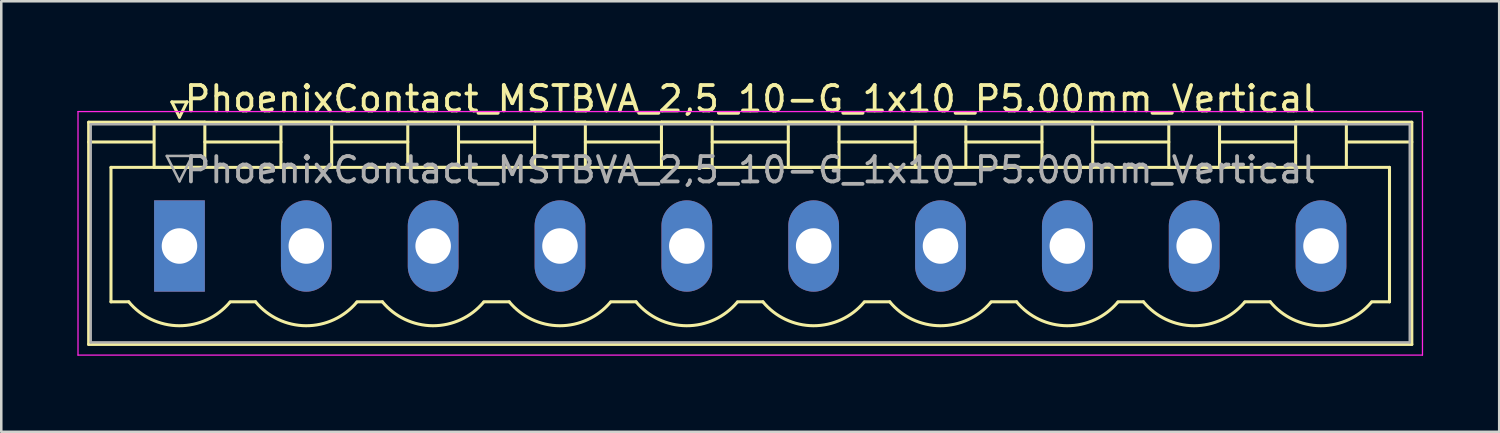
<source format=kicad_pcb>
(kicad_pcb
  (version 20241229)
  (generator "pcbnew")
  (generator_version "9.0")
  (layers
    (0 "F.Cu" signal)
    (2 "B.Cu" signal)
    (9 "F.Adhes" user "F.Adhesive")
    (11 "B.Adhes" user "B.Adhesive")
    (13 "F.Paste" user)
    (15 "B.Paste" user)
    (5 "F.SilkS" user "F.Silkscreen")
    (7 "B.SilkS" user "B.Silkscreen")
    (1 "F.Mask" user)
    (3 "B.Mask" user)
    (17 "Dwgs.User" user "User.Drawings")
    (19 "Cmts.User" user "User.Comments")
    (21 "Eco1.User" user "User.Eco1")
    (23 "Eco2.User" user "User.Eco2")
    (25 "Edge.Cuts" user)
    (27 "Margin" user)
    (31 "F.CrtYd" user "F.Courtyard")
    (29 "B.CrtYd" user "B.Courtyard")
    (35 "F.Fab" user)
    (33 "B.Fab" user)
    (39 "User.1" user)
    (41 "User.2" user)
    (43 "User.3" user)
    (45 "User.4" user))
  (footprint "PhoenixContact_MSTBVA_2,5_10-G_1x10_P5.00mm_Vertical"
    (layer "F.Cu")
    (at 4.025 6.648)
    (property "Reference" "PhoenixContact_MSTBVA_2,5_10-G_1x10_P5.00mm_Vertical" (at 22.5 -5.8 0) (layer "F.SilkS") (effects (font (size 1 1) (thickness 0.15))))
    (attr through_hole)
    (fp_line (start -3.58 -4.88) (end -3.58 3.88) (stroke (width 0.12) (type solid)) (layer "F.SilkS"))
    (fp_line (start -3.58 -4.1) (end -1.08 -4.1) (stroke (width 0.12) (type solid)) (layer "F.SilkS"))
    (fp_line (start -3.58 3.88) (end 48.58 3.88) (stroke (width 0.12) (type solid)) (layer "F.SilkS"))
    (fp_line (start -2.7 -3.1) (end 47.7 -3.1) (stroke (width 0.12) (type solid)) (layer "F.SilkS"))
    (fp_line (start -2.7 2.2) (end -2.7 -3.1) (stroke (width 0.12) (type solid)) (layer "F.SilkS"))
    (fp_line (start -2 2.2) (end -2.7 2.2) (stroke (width 0.12) (type solid)) (layer "F.SilkS"))
    (fp_line (start -1 -4.88) (end 1 -4.88) (stroke (width 0.12) (type solid)) (layer "F.SilkS"))
    (fp_line (start -1 -3.1) (end -1 -4.88) (stroke (width 0.12) (type solid)) (layer "F.SilkS"))
    (fp_line (start -0.3 -5.68) (end 0.3 -5.68) (stroke (width 0.12) (type solid)) (layer "F.SilkS"))
    (fp_line (start 0 -5.08) (end -0.3 -5.68) (stroke (width 0.12) (type solid)) (layer "F.SilkS"))
    (fp_line (start 0.3 -5.68) (end 0 -5.08) (stroke (width 0.12) (type solid)) (layer "F.SilkS"))
    (fp_line (start 1 -4.88) (end 1 -3.1) (stroke (width 0.12) (type solid)) (layer "F.SilkS"))
    (fp_line (start 1 -4.1) (end 4 -4.1) (stroke (width 0.12) (type solid)) (layer "F.SilkS"))
    (fp_line (start 1 -3.1) (end -1 -3.1) (stroke (width 0.12) (type solid)) (layer "F.SilkS"))
    (fp_line (start 2 2.2) (end 3 2.2) (stroke (width 0.12) (type solid)) (layer "F.SilkS"))
    (fp_line (start 4 -4.88) (end 6 -4.88) (stroke (width 0.12) (type solid)) (layer "F.SilkS"))
    (fp_line (start 4 -3.1) (end 4 -4.88) (stroke (width 0.12) (type solid)) (layer "F.SilkS"))
    (fp_line (start 6 -4.88) (end 6 -3.1) (stroke (width 0.12) (type solid)) (layer "F.SilkS"))
    (fp_line (start 6 -4.1) (end 9 -4.1) (stroke (width 0.12) (type solid)) (layer "F.SilkS"))
    (fp_line (start 6 -3.1) (end 4 -3.1) (stroke (width 0.12) (type solid)) (layer "F.SilkS"))
    (fp_line (start 7 2.2) (end 8 2.2) (stroke (width 0.12) (type solid)) (layer "F.SilkS"))
    (fp_line (start 9 -4.88) (end 11 -4.88) (stroke (width 0.12) (type solid)) (layer "F.SilkS"))
    (fp_line (start 9 -3.1) (end 9 -4.88) (stroke (width 0.12) (type solid)) (layer "F.SilkS"))
    (fp_line (start 11 -4.88) (end 11 -3.1) (stroke (width 0.12) (type solid)) (layer "F.SilkS"))
    (fp_line (start 11 -4.1) (end 14 -4.1) (stroke (width 0.12) (type solid)) (layer "F.SilkS"))
    (fp_line (start 11 -3.1) (end 9 -3.1) (stroke (width 0.12) (type solid)) (layer "F.SilkS"))
    (fp_line (start 12 2.2) (end 13 2.2) (stroke (width 0.12) (type solid)) (layer "F.SilkS"))
    (fp_line (start 14 -4.88) (end 16 -4.88) (stroke (width 0.12) (type solid)) (layer "F.SilkS"))
    (fp_line (start 14 -3.1) (end 14 -4.88) (stroke (width 0.12) (type solid)) (layer "F.SilkS"))
    (fp_line (start 16 -4.88) (end 16 -3.1) (stroke (width 0.12) (type solid)) (layer "F.SilkS"))
    (fp_line (start 16 -4.1) (end 19 -4.1) (stroke (width 0.12) (type solid)) (layer "F.SilkS"))
    (fp_line (start 16 -3.1) (end 14 -3.1) (stroke (width 0.12) (type solid)) (layer "F.SilkS"))
    (fp_line (start 17 2.2) (end 18 2.2) (stroke (width 0.12) (type solid)) (layer "F.SilkS"))
    (fp_line (start 19 -4.88) (end 21 -4.88) (stroke (width 0.12) (type solid)) (layer "F.SilkS"))
    (fp_line (start 19 -3.1) (end 19 -4.88) (stroke (width 0.12) (type solid)) (layer "F.SilkS"))
    (fp_line (start 21 -4.88) (end 21 -3.1) (stroke (width 0.12) (type solid)) (layer "F.SilkS"))
    (fp_line (start 21 -4.1) (end 24 -4.1) (stroke (width 0.12) (type solid)) (layer "F.SilkS"))
    (fp_line (start 21 -3.1) (end 19 -3.1) (stroke (width 0.12) (type solid)) (layer "F.SilkS"))
    (fp_line (start 22 2.2) (end 23 2.2) (stroke (width 0.12) (type solid)) (layer "F.SilkS"))
    (fp_line (start 24 -4.88) (end 26 -4.88) (stroke (width 0.12) (type solid)) (layer "F.SilkS"))
    (fp_line (start 24 -3.1) (end 24 -4.88) (stroke (width 0.12) (type solid)) (layer "F.SilkS"))
    (fp_line (start 26 -4.88) (end 26 -3.1) (stroke (width 0.12) (type solid)) (layer "F.SilkS"))
    (fp_line (start 26 -4.1) (end 29 -4.1) (stroke (width 0.12) (type solid)) (layer "F.SilkS"))
    (fp_line (start 26 -3.1) (end 24 -3.1) (stroke (width 0.12) (type solid)) (layer "F.SilkS"))
    (fp_line (start 27 2.2) (end 28 2.2) (stroke (width 0.12) (type solid)) (layer "F.SilkS"))
    (fp_line (start 29 -4.88) (end 31 -4.88) (stroke (width 0.12) (type solid)) (layer "F.SilkS"))
    (fp_line (start 29 -3.1) (end 29 -4.88) (stroke (width 0.12) (type solid)) (layer "F.SilkS"))
    (fp_line (start 31 -4.88) (end 31 -3.1) (stroke (width 0.12) (type solid)) (layer "F.SilkS"))
    (fp_line (start 31 -4.1) (end 34 -4.1) (stroke (width 0.12) (type solid)) (layer "F.SilkS"))
    (fp_line (start 31 -3.1) (end 29 -3.1) (stroke (width 0.12) (type solid)) (layer "F.SilkS"))
    (fp_line (start 32 2.2) (end 33 2.2) (stroke (width 0.12) (type solid)) (layer "F.SilkS"))
    (fp_line (start 34 -4.88) (end 36 -4.88) (stroke (width 0.12) (type solid)) (layer "F.SilkS"))
    (fp_line (start 34 -3.1) (end 34 -4.88) (stroke (width 0.12) (type solid)) (layer "F.SilkS"))
    (fp_line (start 36 -4.88) (end 36 -3.1) (stroke (width 0.12) (type solid)) (layer "F.SilkS"))
    (fp_line (start 36 -4.1) (end 39 -4.1) (stroke (width 0.12) (type solid)) (layer "F.SilkS"))
    (fp_line (start 36 -3.1) (end 34 -3.1) (stroke (width 0.12) (type solid)) (layer "F.SilkS"))
    (fp_line (start 37 2.2) (end 38 2.2) (stroke (width 0.12) (type solid)) (layer "F.SilkS"))
    (fp_line (start 39 -4.88) (end 41 -4.88) (stroke (width 0.12) (type solid)) (layer "F.SilkS"))
    (fp_line (start 39 -3.1) (end 39 -4.88) (stroke (width 0.12) (type solid)) (layer "F.SilkS"))
    (fp_line (start 41 -4.88) (end 41 -3.1) (stroke (width 0.12) (type solid)) (layer "F.SilkS"))
    (fp_line (start 41 -4.1) (end 44 -4.1) (stroke (width 0.12) (type solid)) (layer "F.SilkS"))
    (fp_line (start 41 -3.1) (end 39 -3.1) (stroke (width 0.12) (type solid)) (layer "F.SilkS"))
    (fp_line (start 42 2.2) (end 43 2.2) (stroke (width 0.12) (type solid)) (layer "F.SilkS"))
    (fp_line (start 44 -4.88) (end 46 -4.88) (stroke (width 0.12) (type solid)) (layer "F.SilkS"))
    (fp_line (start 44 -3.1) (end 44 -4.88) (stroke (width 0.12) (type solid)) (layer "F.SilkS"))
    (fp_line (start 46 -4.88) (end 46 -3.1) (stroke (width 0.12) (type solid)) (layer "F.SilkS"))
    (fp_line (start 46 -3.1) (end 44 -3.1) (stroke (width 0.12) (type solid)) (layer "F.SilkS"))
    (fp_line (start 47.7 -3.1) (end 47.7 2.2) (stroke (width 0.12) (type solid)) (layer "F.SilkS"))
    (fp_line (start 47.7 2.2) (end 47 2.2) (stroke (width 0.12) (type solid)) (layer "F.SilkS"))
    (fp_line (start 48.58 -4.88) (end -3.58 -4.88) (stroke (width 0.12) (type solid)) (layer "F.SilkS"))
    (fp_line (start 48.58 -4.1) (end 46.08 -4.1) (stroke (width 0.12) (type solid)) (layer "F.SilkS"))
    (fp_line (start 48.58 3.88) (end 48.58 -4.88) (stroke (width 0.12) (type solid)) (layer "F.SilkS"))
    (fp_arc (start 1.986842 2.215821) (mid -0.010289 3.142758) (end -2 2.2) (stroke (width 0.12) (type solid)) (layer "F.SilkS"))
    (fp_arc (start 6.986842 2.215821) (mid 4.989711 3.142758) (end 3 2.2) (stroke (width 0.12) (type solid)) (layer "F.SilkS"))
    (fp_arc (start 11.986842 2.215821) (mid 9.989711 3.142758) (end 8 2.2) (stroke (width 0.12) (type solid)) (layer "F.SilkS"))
    (fp_arc (start 16.986842 2.215821) (mid 14.989711 3.142758) (end 13 2.2) (stroke (width 0.12) (type solid)) (layer "F.SilkS"))
    (fp_arc (start 21.986842 2.215821) (mid 19.989711 3.142758) (end 18 2.2) (stroke (width 0.12) (type solid)) (layer "F.SilkS"))
    (fp_arc (start 26.986842 2.215821) (mid 24.989711 3.142758) (end 23 2.2) (stroke (width 0.12) (type solid)) (layer "F.SilkS"))
    (fp_arc (start 31.986842 2.215821) (mid 29.989711 3.142758) (end 28 2.2) (stroke (width 0.12) (type solid)) (layer "F.SilkS"))
    (fp_arc (start 36.986842 2.215821) (mid 34.989711 3.142758) (end 33 2.2) (stroke (width 0.12) (type solid)) (layer "F.SilkS"))
    (fp_arc (start 41.986842 2.215821) (mid 39.989711 3.142758) (end 38 2.2) (stroke (width 0.12) (type solid)) (layer "F.SilkS"))
    (fp_arc (start 46.986842 2.215821) (mid 44.989711 3.142758) (end 43 2.2) (stroke (width 0.12) (type solid)) (layer "F.SilkS"))
    (fp_line (start -4 -5.3) (end -4 4.3) (stroke (width 0.05) (type solid)) (layer "F.CrtYd"))
    (fp_line (start -4 4.3) (end 49 4.3) (stroke (width 0.05) (type solid)) (layer "F.CrtYd"))
    (fp_line (start 49 -5.3) (end -4 -5.3) (stroke (width 0.05) (type solid)) (layer "F.CrtYd"))
    (fp_line (start 49 4.3) (end 49 -5.3) (stroke (width 0.05) (type solid)) (layer "F.CrtYd"))
    (fp_line (start -3.5 -4.8) (end -3.5 3.8) (stroke (width 0.1) (type solid)) (layer "F.Fab"))
    (fp_line (start -3.5 3.8) (end 48.5 3.8) (stroke (width 0.1) (type solid)) (layer "F.Fab"))
    (fp_line (start -0.5 -3.55) (end 0.5 -3.55) (stroke (width 0.1) (type solid)) (layer "F.Fab"))
    (fp_line (start 0 -2.55) (end -0.5 -3.55) (stroke (width 0.1) (type solid)) (layer "F.Fab"))
    (fp_line (start 0.5 -3.55) (end 0 -2.55) (stroke (width 0.1) (type solid)) (layer "F.Fab"))
    (fp_line (start 48.5 -4.8) (end -3.5 -4.8) (stroke (width 0.1) (type solid)) (layer "F.Fab"))
    (fp_line (start 48.5 3.8) (end 48.5 -4.8) (stroke (width 0.1) (type solid)) (layer "F.Fab"))
    (fp_text user "${REFERENCE}" (at 22.5 -3 0) (layer "F.Fab") (effects (font (size 1 1) (thickness 0.15))))
    (pad "1" thru_hole rect (at 0 0) (size 2 3.6) (drill 1.4) (layers "*.Cu" "*.Mask"))
    (pad "2" thru_hole oval (at 5 0) (size 2 3.6) (drill 1.4) (layers "*.Cu" "*.Mask"))
    (pad "3" thru_hole oval (at 10 0) (size 2 3.6) (drill 1.4) (layers "*.Cu" "*.Mask"))
    (pad "4" thru_hole oval (at 15 0) (size 2 3.6) (drill 1.4) (layers "*.Cu" "*.Mask"))
    (pad "5" thru_hole oval (at 20 0) (size 2 3.6) (drill 1.4) (layers "*.Cu" "*.Mask"))
    (pad "6" thru_hole oval (at 25 0) (size 2 3.6) (drill 1.4) (layers "*.Cu" "*.Mask"))
    (pad "7" thru_hole oval (at 30 0) (size 2 3.6) (drill 1.4) (layers "*.Cu" "*.Mask"))
    (pad "8" thru_hole oval (at 35 0) (size 2 3.6) (drill 1.4) (layers "*.Cu" "*.Mask"))
    (pad "9" thru_hole oval (at 40 0) (size 2 3.6) (drill 1.4) (layers "*.Cu" "*.Mask"))
    (pad "10" thru_hole oval (at 45 0) (size 2 3.6) (drill 1.4) (layers "*.Cu" "*.Mask")))
  (gr_rect
    (start -3 -3)
    (end 56.05 13.973)
    (stroke (width 0.1) (type default))
    (fill no)
    (layer "Edge.Cuts")))
</source>
